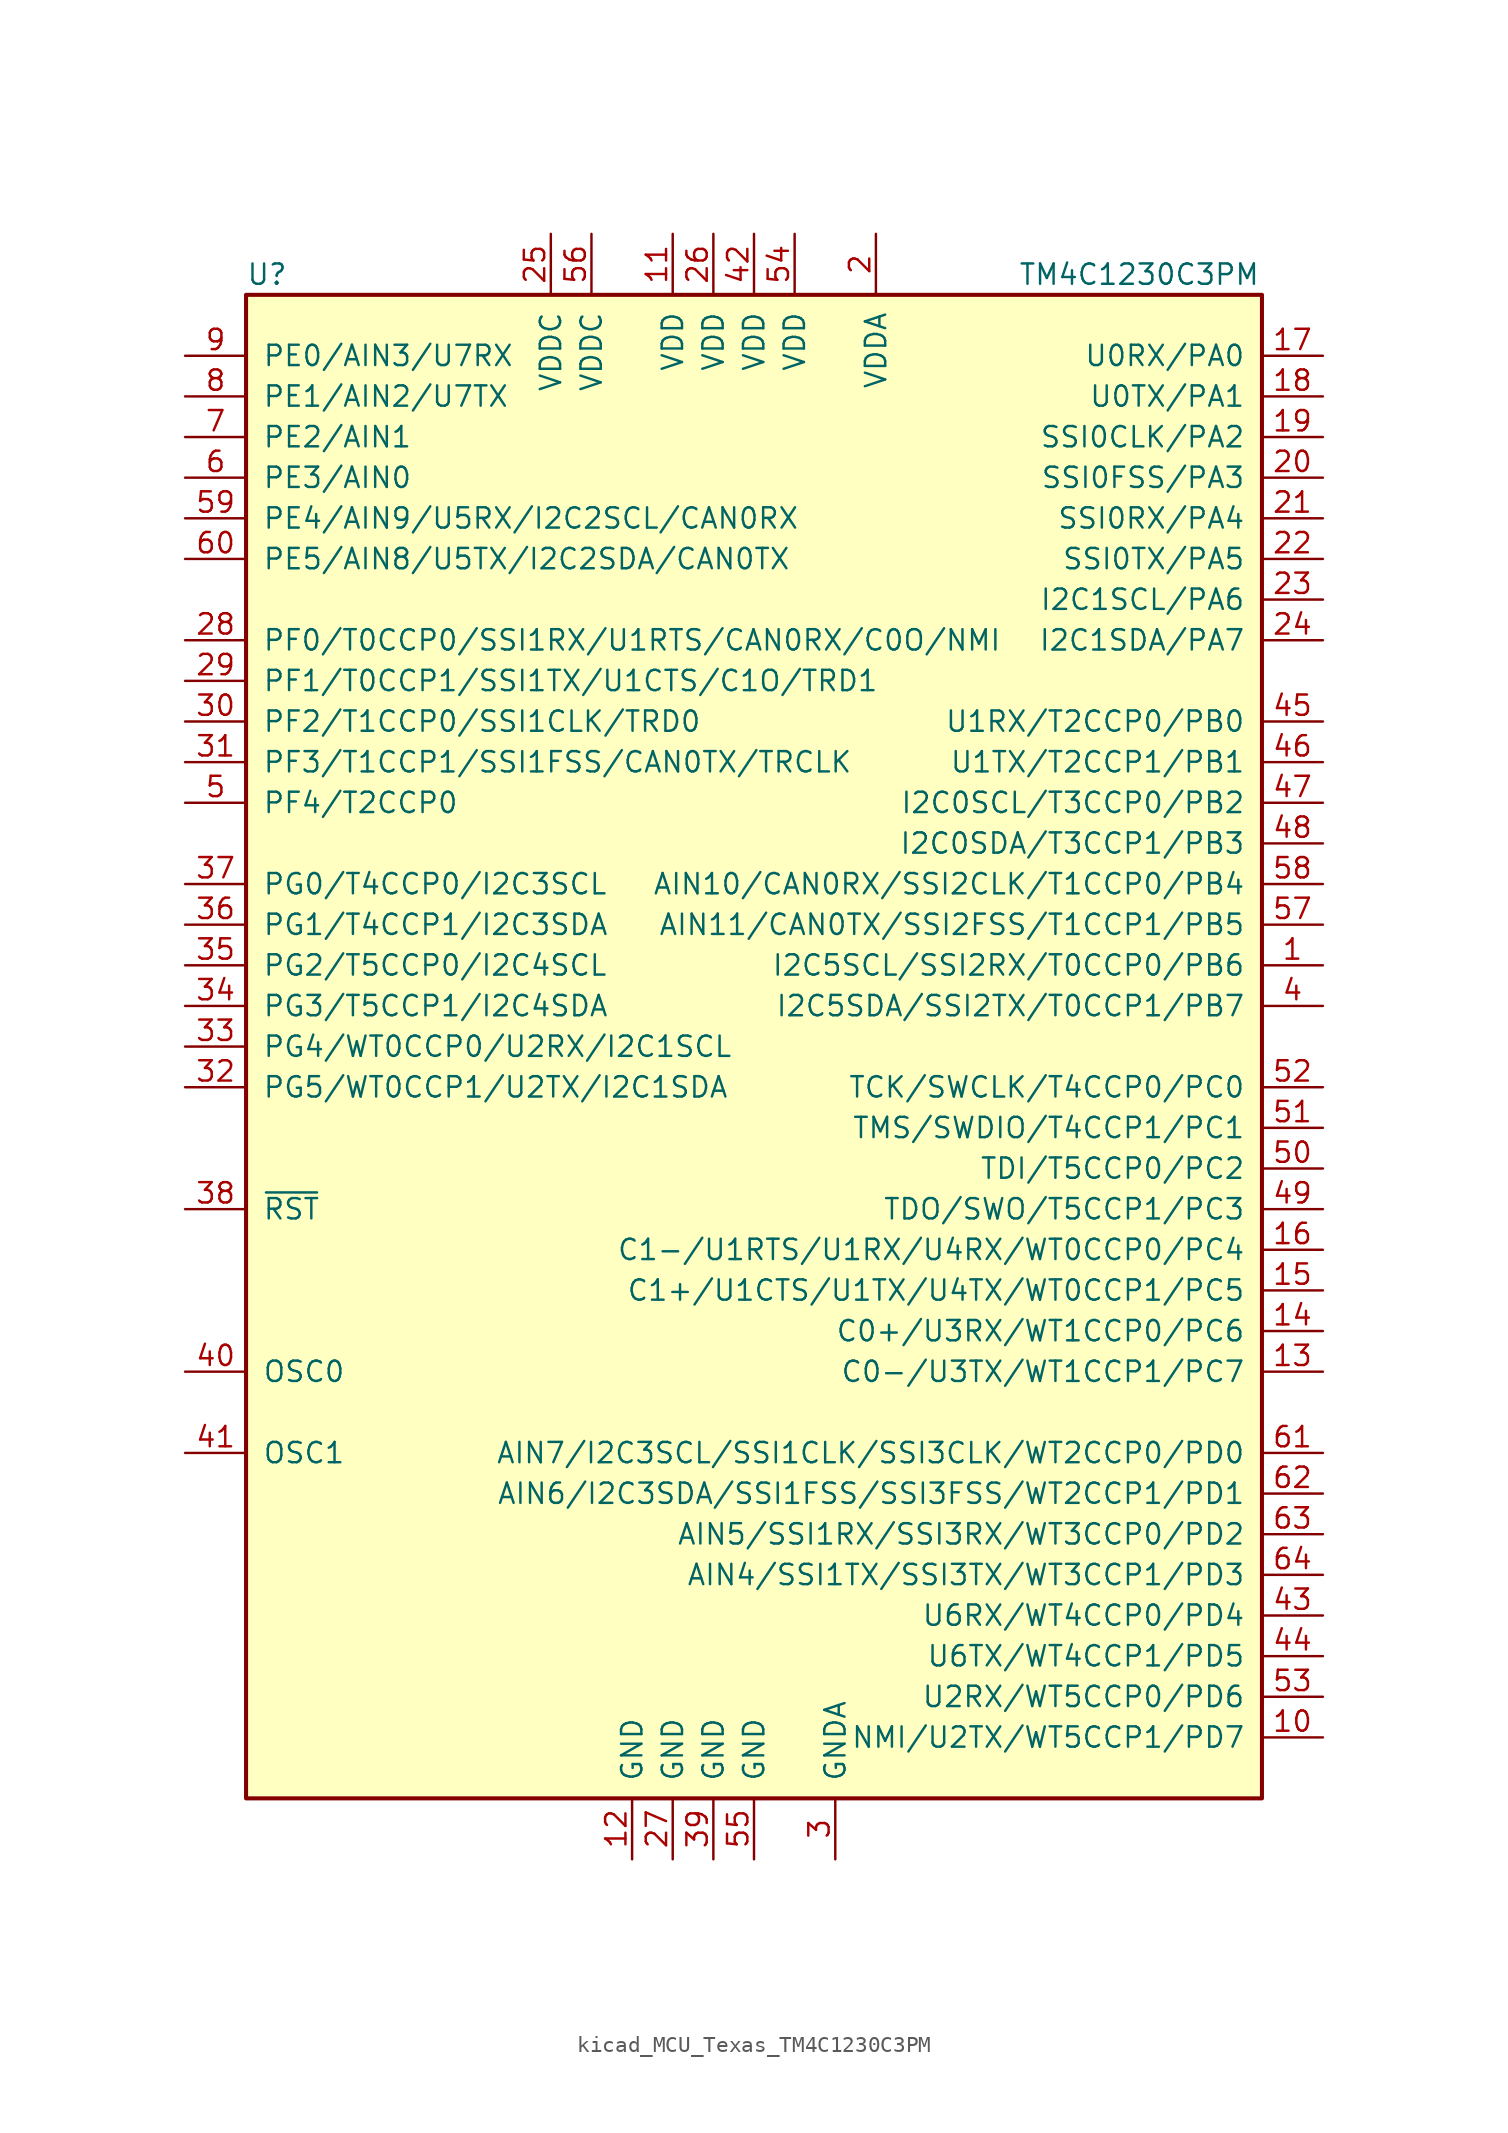
<source format=kicad_sym>
(kicad_symbol_lib
  (version 20220914)
  (generator kicad_symbol_editor)
  (symbol "kicad_MCU_Texas_TM4C1230C3PM"
    (pin_names
      (offset 1.016))
    (property "Reference" "U"
      (at -31.75 48.26 0)
      (effects (font (size 1.27 1.27)) (justify left)))
    (property "Value" "TM4C1230C3PM"
      (at 16.51 48.26 0)
      (effects (font (size 1.27 1.27)) (justify left)))
    (symbol "kicad_MCU_Texas_TM4C1230C3PM_0_1"
      (rectangle (start -31.75 46.99) (end 31.75 -46.99) (stroke (width 0.254) (type default)) (fill (type background))))
    (symbol "kicad_MCU_Texas_TM4C1230C3PM_1_1"
      (pin bidirectional line (at 35.56 5.08 180) (length 3.81) (name "I2C5SCL/SSI2RX/T0CCP0/PB6" (effects (font (size 1.27 1.27)))) (number "1" (effects (font (size 1.27 1.27)))))
      (pin bidirectional line (at 35.56 -43.18 180) (length 3.81) (name "NMI/U2TX/WT5CCP1/PD7" (effects (font (size 1.27 1.27)))) (number "10" (effects (font (size 1.27 1.27)))))
      (pin power_in line (at -5.08 50.8 270) (length 3.81) (name "VDD" (effects (font (size 1.27 1.27)))) (number "11" (effects (font (size 1.27 1.27)))))
      (pin power_in line (at -7.62 -50.8 90) (length 3.81) (name "GND" (effects (font (size 1.27 1.27)))) (number "12" (effects (font (size 1.27 1.27)))))
      (pin bidirectional line (at 35.56 -20.32 180) (length 3.81) (name "C0-/U3TX/WT1CCP1/PC7" (effects (font (size 1.27 1.27)))) (number "13" (effects (font (size 1.27 1.27)))))
      (pin bidirectional line (at 35.56 -17.78 180) (length 3.81) (name "C0+/U3RX/WT1CCP0/PC6" (effects (font (size 1.27 1.27)))) (number "14" (effects (font (size 1.27 1.27)))))
      (pin bidirectional line (at 35.56 -15.24 180) (length 3.81) (name "C1+/U1CTS/U1TX/U4TX/WT0CCP1/PC5" (effects (font (size 1.27 1.27)))) (number "15" (effects (font (size 1.27 1.27)))))
      (pin bidirectional line (at 35.56 -12.7 180) (length 3.81) (name "C1-/U1RTS/U1RX/U4RX/WT0CCP0/PC4" (effects (font (size 1.27 1.27)))) (number "16" (effects (font (size 1.27 1.27)))))
      (pin bidirectional line (at 35.56 43.18 180) (length 3.81) (name "U0RX/PA0" (effects (font (size 1.27 1.27)))) (number "17" (effects (font (size 1.27 1.27)))))
      (pin bidirectional line (at 35.56 40.64 180) (length 3.81) (name "U0TX/PA1" (effects (font (size 1.27 1.27)))) (number "18" (effects (font (size 1.27 1.27)))))
      (pin bidirectional line (at 35.56 38.1 180) (length 3.81) (name "SSI0CLK/PA2" (effects (font (size 1.27 1.27)))) (number "19" (effects (font (size 1.27 1.27)))))
      (pin power_in line (at 7.62 50.8 270) (length 3.81) (name "VDDA" (effects (font (size 1.27 1.27)))) (number "2" (effects (font (size 1.27 1.27)))))
      (pin bidirectional line (at 35.56 35.56 180) (length 3.81) (name "SSI0FSS/PA3" (effects (font (size 1.27 1.27)))) (number "20" (effects (font (size 1.27 1.27)))))
      (pin bidirectional line (at 35.56 33.02 180) (length 3.81) (name "SSI0RX/PA4" (effects (font (size 1.27 1.27)))) (number "21" (effects (font (size 1.27 1.27)))))
      (pin bidirectional line (at 35.56 30.48 180) (length 3.81) (name "SSI0TX/PA5" (effects (font (size 1.27 1.27)))) (number "22" (effects (font (size 1.27 1.27)))))
      (pin bidirectional line (at 35.56 27.94 180) (length 3.81) (name "I2C1SCL/PA6" (effects (font (size 1.27 1.27)))) (number "23" (effects (font (size 1.27 1.27)))))
      (pin bidirectional line (at 35.56 25.4 180) (length 3.81) (name "I2C1SDA/PA7" (effects (font (size 1.27 1.27)))) (number "24" (effects (font (size 1.27 1.27)))))
      (pin power_in line (at -12.7 50.8 270) (length 3.81) (name "VDDC" (effects (font (size 1.27 1.27)))) (number "25" (effects (font (size 1.27 1.27)))))
      (pin power_in line (at -2.54 50.8 270) (length 3.81) (name "VDD" (effects (font (size 1.27 1.27)))) (number "26" (effects (font (size 1.27 1.27)))))
      (pin power_in line (at -5.08 -50.8 90) (length 3.81) (name "GND" (effects (font (size 1.27 1.27)))) (number "27" (effects (font (size 1.27 1.27)))))
      (pin bidirectional line (at -35.56 25.4 0) (length 3.81) (name "PF0/T0CCP0/SSI1RX/U1RTS/CAN0RX/C0O/NMI" (effects (font (size 1.27 1.27)))) (number "28" (effects (font (size 1.27 1.27)))))
      (pin bidirectional line (at -35.56 22.86 0) (length 3.81) (name "PF1/T0CCP1/SSI1TX/U1CTS/C1O/TRD1" (effects (font (size 1.27 1.27)))) (number "29" (effects (font (size 1.27 1.27)))))
      (pin power_in line (at 5.08 -50.8 90) (length 3.81) (name "GNDA" (effects (font (size 1.27 1.27)))) (number "3" (effects (font (size 1.27 1.27)))))
      (pin bidirectional line (at -35.56 20.32 0) (length 3.81) (name "PF2/T1CCP0/SSI1CLK/TRD0" (effects (font (size 1.27 1.27)))) (number "30" (effects (font (size 1.27 1.27)))))
      (pin bidirectional line (at -35.56 17.78 0) (length 3.81) (name "PF3/T1CCP1/SSI1FSS/CAN0TX/TRCLK" (effects (font (size 1.27 1.27)))) (number "31" (effects (font (size 1.27 1.27)))))
      (pin bidirectional line (at -35.56 -2.54 0) (length 3.81) (name "PG5/WT0CCP1/U2TX/I2C1SDA" (effects (font (size 1.27 1.27)))) (number "32" (effects (font (size 1.27 1.27)))))
      (pin bidirectional line (at -35.56 0 0) (length 3.81) (name "PG4/WT0CCP0/U2RX/I2C1SCL" (effects (font (size 1.27 1.27)))) (number "33" (effects (font (size 1.27 1.27)))))
      (pin bidirectional line (at -35.56 2.54 0) (length 3.81) (name "PG3/T5CCP1/I2C4SDA" (effects (font (size 1.27 1.27)))) (number "34" (effects (font (size 1.27 1.27)))))
      (pin bidirectional line (at -35.56 5.08 0) (length 3.81) (name "PG2/T5CCP0/I2C4SCL" (effects (font (size 1.27 1.27)))) (number "35" (effects (font (size 1.27 1.27)))))
      (pin bidirectional line (at -35.56 7.62 0) (length 3.81) (name "PG1/T4CCP1/I2C3SDA" (effects (font (size 1.27 1.27)))) (number "36" (effects (font (size 1.27 1.27)))))
      (pin bidirectional line (at -35.56 10.16 0) (length 3.81) (name "PG0/T4CCP0/I2C3SCL" (effects (font (size 1.27 1.27)))) (number "37" (effects (font (size 1.27 1.27)))))
      (pin input line (at -35.56 -10.16 0) (length 3.81) (name "~{RST}" (effects (font (size 1.27 1.27)))) (number "38" (effects (font (size 1.27 1.27)))))
      (pin power_in line (at -2.54 -50.8 90) (length 3.81) (name "GND" (effects (font (size 1.27 1.27)))) (number "39" (effects (font (size 1.27 1.27)))))
      (pin bidirectional line (at 35.56 2.54 180) (length 3.81) (name "I2C5SDA/SSI2TX/T0CCP1/PB7" (effects (font (size 1.27 1.27)))) (number "4" (effects (font (size 1.27 1.27)))))
      (pin passive line (at -35.56 -20.32 0) (length 3.81) (name "OSC0" (effects (font (size 1.27 1.27)))) (number "40" (effects (font (size 1.27 1.27)))))
      (pin passive line (at -35.56 -25.4 0) (length 3.81) (name "OSC1" (effects (font (size 1.27 1.27)))) (number "41" (effects (font (size 1.27 1.27)))))
      (pin power_in line (at 0 50.8 270) (length 3.81) (name "VDD" (effects (font (size 1.27 1.27)))) (number "42" (effects (font (size 1.27 1.27)))))
      (pin bidirectional line (at 35.56 -35.56 180) (length 3.81) (name "U6RX/WT4CCP0/PD4" (effects (font (size 1.27 1.27)))) (number "43" (effects (font (size 1.27 1.27)))))
      (pin bidirectional line (at 35.56 -38.1 180) (length 3.81) (name "U6TX/WT4CCP1/PD5" (effects (font (size 1.27 1.27)))) (number "44" (effects (font (size 1.27 1.27)))))
      (pin bidirectional line (at 35.56 20.32 180) (length 3.81) (name "U1RX/T2CCP0/PB0" (effects (font (size 1.27 1.27)))) (number "45" (effects (font (size 1.27 1.27)))))
      (pin bidirectional line (at 35.56 17.78 180) (length 3.81) (name "U1TX/T2CCP1/PB1" (effects (font (size 1.27 1.27)))) (number "46" (effects (font (size 1.27 1.27)))))
      (pin bidirectional line (at 35.56 15.24 180) (length 3.81) (name "I2C0SCL/T3CCP0/PB2" (effects (font (size 1.27 1.27)))) (number "47" (effects (font (size 1.27 1.27)))))
      (pin bidirectional line (at 35.56 12.7 180) (length 3.81) (name "I2C0SDA/T3CCP1/PB3" (effects (font (size 1.27 1.27)))) (number "48" (effects (font (size 1.27 1.27)))))
      (pin bidirectional line (at 35.56 -10.16 180) (length 3.81) (name "TDO/SWO/T5CCP1/PC3" (effects (font (size 1.27 1.27)))) (number "49" (effects (font (size 1.27 1.27)))))
      (pin bidirectional line (at -35.56 15.24 0) (length 3.81) (name "PF4/T2CCP0" (effects (font (size 1.27 1.27)))) (number "5" (effects (font (size 1.27 1.27)))))
      (pin bidirectional line (at 35.56 -7.62 180) (length 3.81) (name "TDI/T5CCP0/PC2" (effects (font (size 1.27 1.27)))) (number "50" (effects (font (size 1.27 1.27)))))
      (pin bidirectional line (at 35.56 -5.08 180) (length 3.81) (name "TMS/SWDIO/T4CCP1/PC1" (effects (font (size 1.27 1.27)))) (number "51" (effects (font (size 1.27 1.27)))))
      (pin bidirectional line (at 35.56 -2.54 180) (length 3.81) (name "TCK/SWCLK/T4CCP0/PC0" (effects (font (size 1.27 1.27)))) (number "52" (effects (font (size 1.27 1.27)))))
      (pin bidirectional line (at 35.56 -40.64 180) (length 3.81) (name "U2RX/WT5CCP0/PD6" (effects (font (size 1.27 1.27)))) (number "53" (effects (font (size 1.27 1.27)))))
      (pin power_in line (at 2.54 50.8 270) (length 3.81) (name "VDD" (effects (font (size 1.27 1.27)))) (number "54" (effects (font (size 1.27 1.27)))))
      (pin power_in line (at 0 -50.8 90) (length 3.81) (name "GND" (effects (font (size 1.27 1.27)))) (number "55" (effects (font (size 1.27 1.27)))))
      (pin power_in line (at -10.16 50.8 270) (length 3.81) (name "VDDC" (effects (font (size 1.27 1.27)))) (number "56" (effects (font (size 1.27 1.27)))))
      (pin bidirectional line (at 35.56 7.62 180) (length 3.81) (name "AIN11/CAN0TX/SSI2FSS/T1CCP1/PB5" (effects (font (size 1.27 1.27)))) (number "57" (effects (font (size 1.27 1.27)))))
      (pin bidirectional line (at 35.56 10.16 180) (length 3.81) (name "AIN10/CAN0RX/SSI2CLK/T1CCP0/PB4" (effects (font (size 1.27 1.27)))) (number "58" (effects (font (size 1.27 1.27)))))
      (pin bidirectional line (at -35.56 33.02 0) (length 3.81) (name "PE4/AIN9/U5RX/I2C2SCL/CAN0RX" (effects (font (size 1.27 1.27)))) (number "59" (effects (font (size 1.27 1.27)))))
      (pin bidirectional line (at -35.56 35.56 0) (length 3.81) (name "PE3/AIN0" (effects (font (size 1.27 1.27)))) (number "6" (effects (font (size 1.27 1.27)))))
      (pin bidirectional line (at -35.56 30.48 0) (length 3.81) (name "PE5/AIN8/U5TX/I2C2SDA/CAN0TX" (effects (font (size 1.27 1.27)))) (number "60" (effects (font (size 1.27 1.27)))))
      (pin bidirectional line (at 35.56 -25.4 180) (length 3.81) (name "AIN7/I2C3SCL/SSI1CLK/SSI3CLK/WT2CCP0/PD0" (effects (font (size 1.27 1.27)))) (number "61" (effects (font (size 1.27 1.27)))))
      (pin bidirectional line (at 35.56 -27.94 180) (length 3.81) (name "AIN6/I2C3SDA/SSI1FSS/SSI3FSS/WT2CCP1/PD1" (effects (font (size 1.27 1.27)))) (number "62" (effects (font (size 1.27 1.27)))))
      (pin bidirectional line (at 35.56 -30.48 180) (length 3.81) (name "AIN5/SSI1RX/SSI3RX/WT3CCP0/PD2" (effects (font (size 1.27 1.27)))) (number "63" (effects (font (size 1.27 1.27)))))
      (pin bidirectional line (at 35.56 -33.02 180) (length 3.81) (name "AIN4/SSI1TX/SSI3TX/WT3CCP1/PD3" (effects (font (size 1.27 1.27)))) (number "64" (effects (font (size 1.27 1.27)))))
      (pin bidirectional line (at -35.56 38.1 0) (length 3.81) (name "PE2/AIN1" (effects (font (size 1.27 1.27)))) (number "7" (effects (font (size 1.27 1.27)))))
      (pin bidirectional line (at -35.56 40.64 0) (length 3.81) (name "PE1/AIN2/U7TX" (effects (font (size 1.27 1.27)))) (number "8" (effects (font (size 1.27 1.27)))))
      (pin bidirectional line (at -35.56 43.18 0) (length 3.81) (name "PE0/AIN3/U7RX" (effects (font (size 1.27 1.27)))) (number "9" (effects (font (size 1.27 1.27))))))))
</source>
